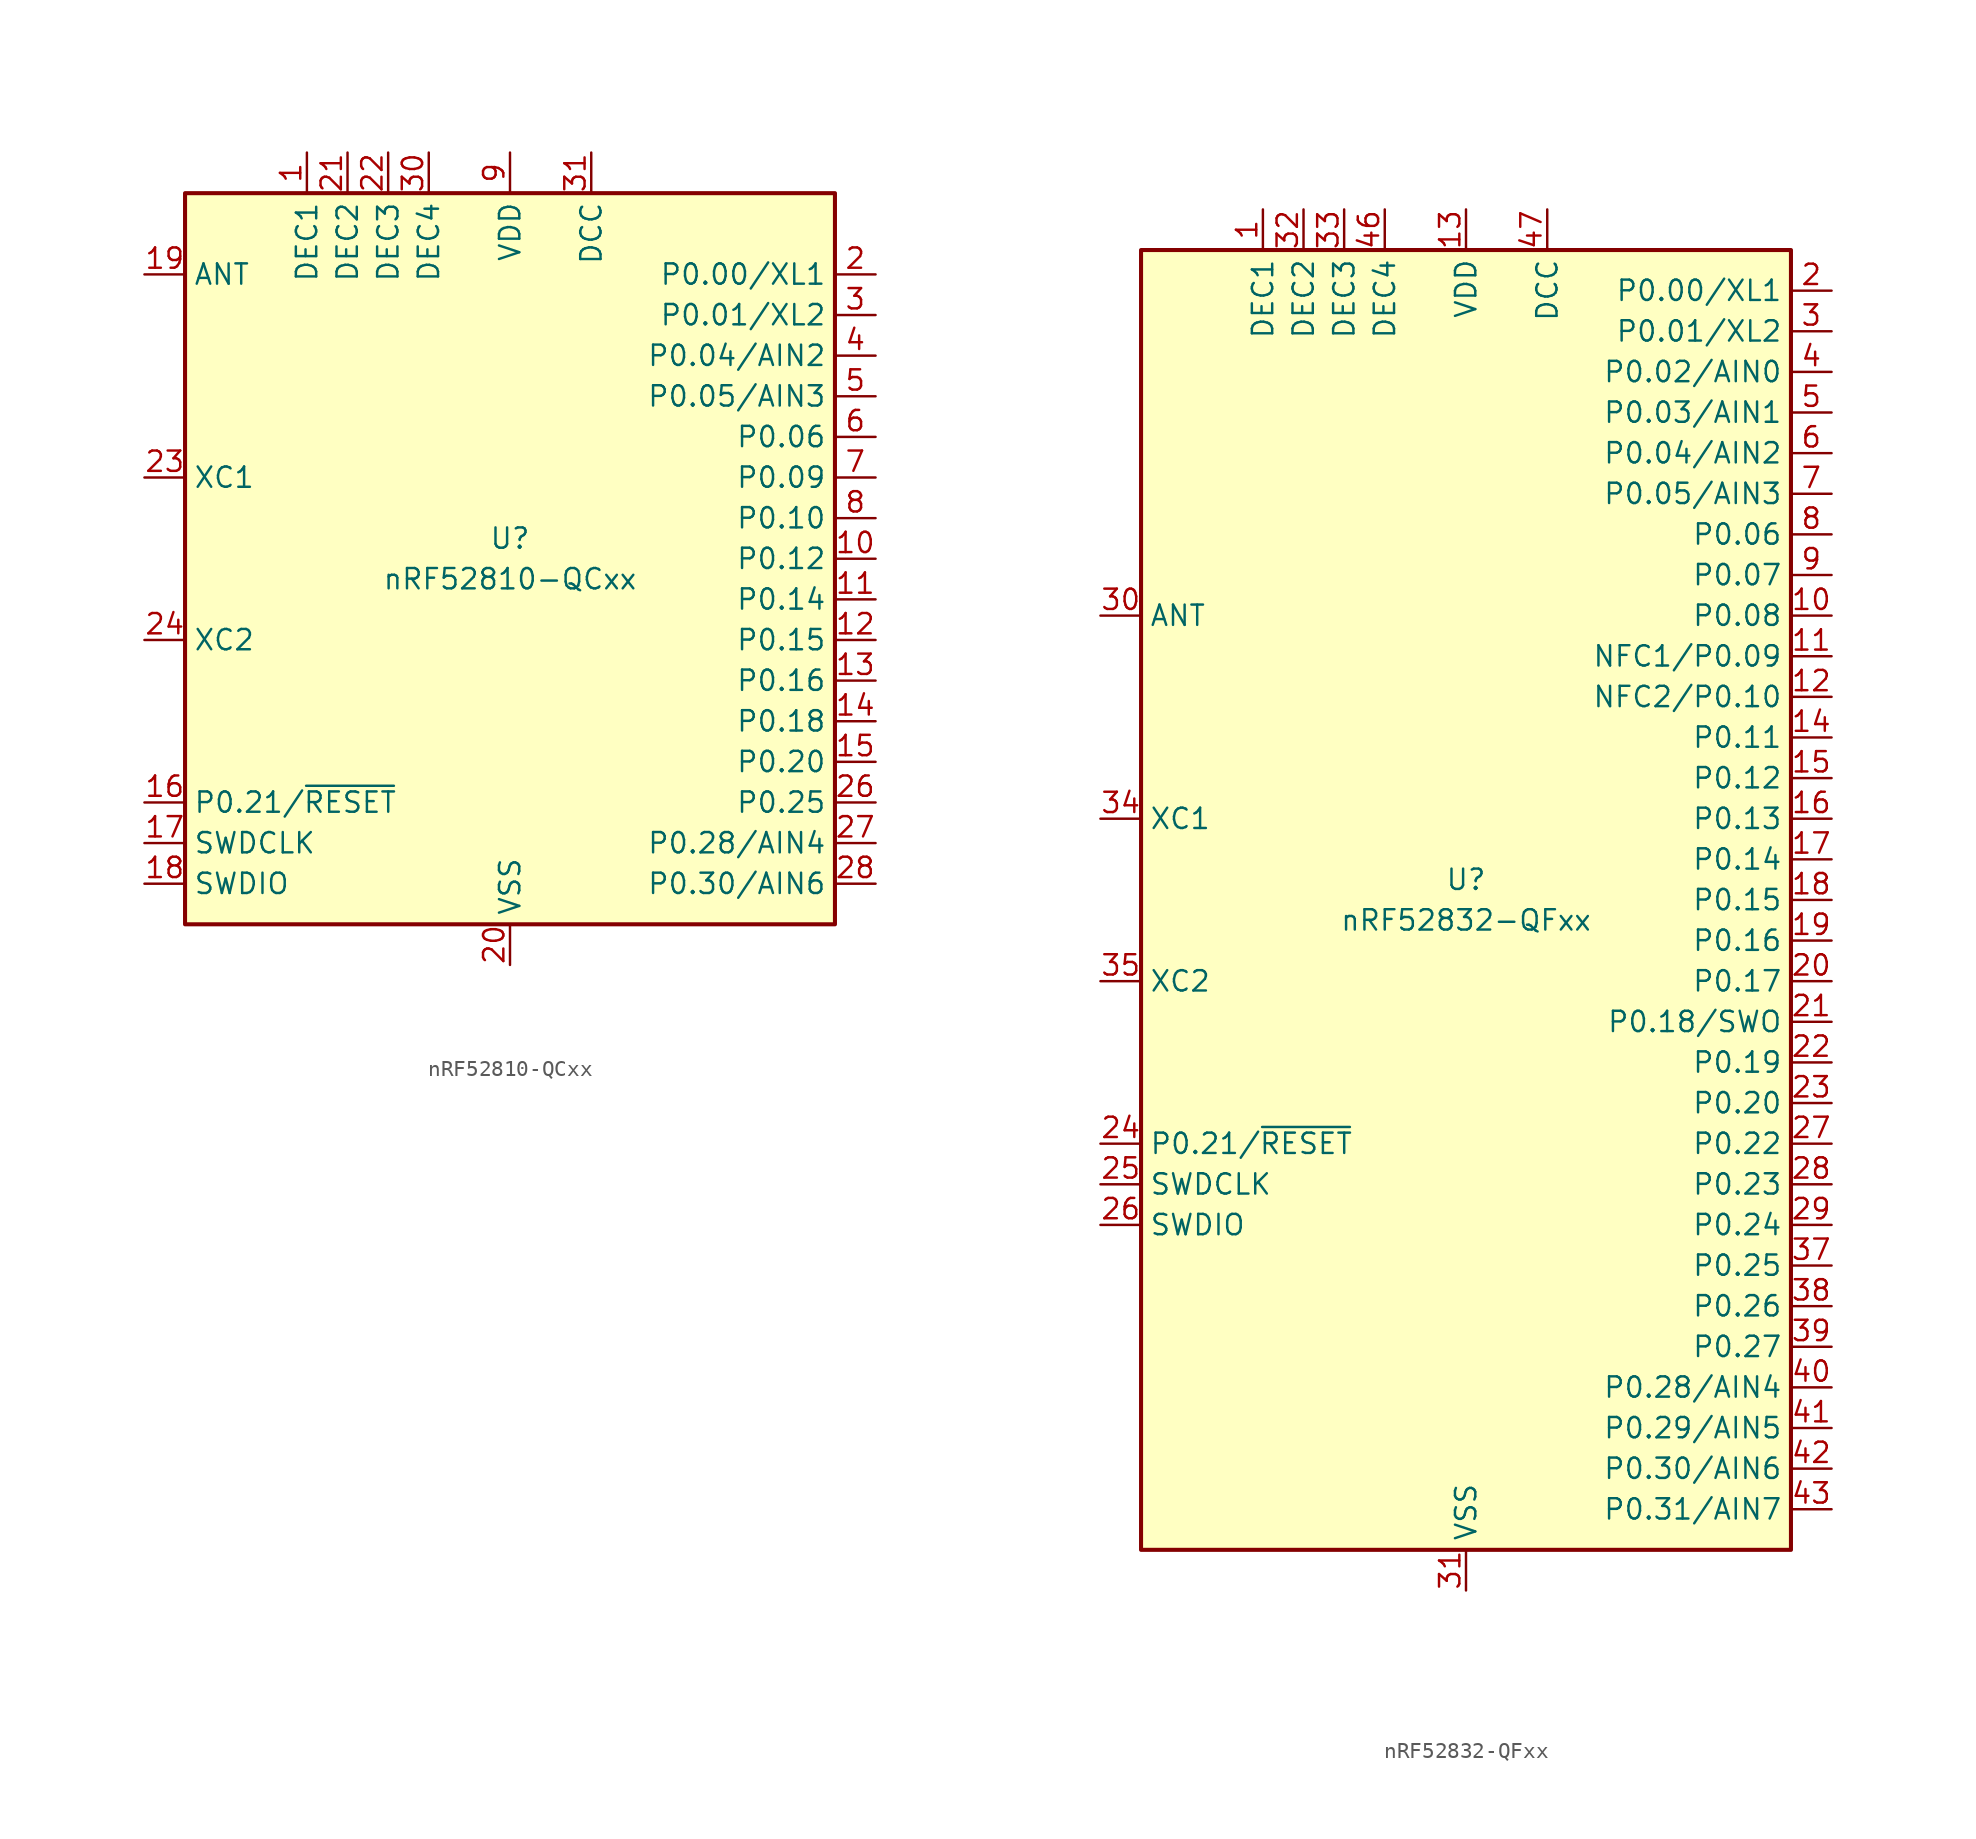
<source format=kicad_sym>
(kicad_symbol_lib
  (version 20201005)
  (generator kicad_symbol_editor)
  (symbol "nRF52810-QCxx"
    (property "Reference" "U"
      (at 0 1.27 0)
      (effects (font (size 1.27 1.27))))
    (property "Value" "nRF52810-QCxx"
      (at 0 -1.27 0)
      (effects (font (size 1.27 1.27))))
    (symbol "nRF52810-QCxx_0_1"
      (rectangle (start -20.32 22.86) (end 20.32 -22.86) (stroke (width 0.254)) (fill (type background))))
    (symbol "nRF52810-QCxx_1_1"
      (pin passive line (at -12.7 25.4 270) (length 2.54) (name "DEC1" (effects (font (size 1.27 1.27)))) (number "1" (effects (font (size 1.27 1.27)))))
      (pin bidirectional line (at 22.86 0 180) (length 2.54) (name "P0.12" (effects (font (size 1.27 1.27)))) (number "10" (effects (font (size 1.27 1.27)))))
      (pin bidirectional line (at 22.86 -2.54 180) (length 2.54) (name "P0.14" (effects (font (size 1.27 1.27)))) (number "11" (effects (font (size 1.27 1.27)))))
      (pin bidirectional line (at 22.86 -5.08 180) (length 2.54) (name "P0.15" (effects (font (size 1.27 1.27)))) (number "12" (effects (font (size 1.27 1.27)))))
      (pin bidirectional line (at 22.86 -7.62 180) (length 2.54) (name "P0.16" (effects (font (size 1.27 1.27)))) (number "13" (effects (font (size 1.27 1.27)))))
      (pin bidirectional line (at 22.86 -10.16 180) (length 2.54) (name "P0.18" (effects (font (size 1.27 1.27)))) (number "14" (effects (font (size 1.27 1.27)))))
      (pin bidirectional line (at 22.86 -12.7 180) (length 2.54) (name "P0.20" (effects (font (size 1.27 1.27)))) (number "15" (effects (font (size 1.27 1.27)))))
      (pin bidirectional line (at -22.86 -15.24 0) (length 2.54) (name "P0.21/~RESET" (effects (font (size 1.27 1.27)))) (number "16" (effects (font (size 1.27 1.27)))))
      (pin input line (at -22.86 -17.78 0) (length 2.54) (name "SWDCLK" (effects (font (size 1.27 1.27)))) (number "17" (effects (font (size 1.27 1.27)))))
      (pin bidirectional line (at -22.86 -20.32 0) (length 2.54) (name "SWDIO" (effects (font (size 1.27 1.27)))) (number "18" (effects (font (size 1.27 1.27)))))
      (pin passive line (at -22.86 17.78 0) (length 2.54) (name "ANT" (effects (font (size 1.27 1.27)))) (number "19" (effects (font (size 1.27 1.27)))))
      (pin bidirectional line (at 22.86 17.78 180) (length 2.54) (name "P0.00/XL1" (effects (font (size 1.27 1.27)))) (number "2" (effects (font (size 1.27 1.27)))))
      (pin power_in line (at 0 -25.4 90) (length 2.54) (name "VSS" (effects (font (size 1.27 1.27)))) (number "20" (effects (font (size 1.27 1.27)))))
      (pin passive line (at -10.16 25.4 270) (length 2.54) (name "DEC2" (effects (font (size 1.27 1.27)))) (number "21" (effects (font (size 1.27 1.27)))))
      (pin passive line (at -7.62 25.4 270) (length 2.54) (name "DEC3" (effects (font (size 1.27 1.27)))) (number "22" (effects (font (size 1.27 1.27)))))
      (pin input line (at -22.86 5.08 0) (length 2.54) (name "XC1" (effects (font (size 1.27 1.27)))) (number "23" (effects (font (size 1.27 1.27)))))
      (pin input line (at -22.86 -5.08 0) (length 2.54) (name "XC2" (effects (font (size 1.27 1.27)))) (number "24" (effects (font (size 1.27 1.27)))))
      (pin passive line (at 0 25.4 270) (length 2.54) hide (name "VDD" (effects (font (size 1.27 1.27)))) (number "25" (effects (font (size 1.27 1.27)))))
      (pin bidirectional line (at 22.86 -15.24 180) (length 2.54) (name "P0.25" (effects (font (size 1.27 1.27)))) (number "26" (effects (font (size 1.27 1.27)))))
      (pin bidirectional line (at 22.86 -17.78 180) (length 2.54) (name "P0.28/AIN4" (effects (font (size 1.27 1.27)))) (number "27" (effects (font (size 1.27 1.27)))))
      (pin bidirectional line (at 22.86 -20.32 180) (length 2.54) (name "P0.30/AIN6" (effects (font (size 1.27 1.27)))) (number "28" (effects (font (size 1.27 1.27)))))
      (pin passive line (at 0 -25.4 90) (length 2.54) hide (name "VSS" (effects (font (size 1.27 1.27)))) (number "29" (effects (font (size 1.27 1.27)))))
      (pin bidirectional line (at 22.86 15.24 180) (length 2.54) (name "P0.01/XL2" (effects (font (size 1.27 1.27)))) (number "3" (effects (font (size 1.27 1.27)))))
      (pin passive line (at -5.08 25.4 270) (length 2.54) (name "DEC4" (effects (font (size 1.27 1.27)))) (number "30" (effects (font (size 1.27 1.27)))))
      (pin power_out line (at 5.08 25.4 270) (length 2.54) (name "DCC" (effects (font (size 1.27 1.27)))) (number "31" (effects (font (size 1.27 1.27)))))
      (pin passive line (at 0 25.4 270) (length 2.54) hide (name "VDD" (effects (font (size 1.27 1.27)))) (number "32" (effects (font (size 1.27 1.27)))))
      (pin passive line (at 0 -25.4 90) (length 2.54) hide (name "VSS" (effects (font (size 1.27 1.27)))) (number "33" (effects (font (size 1.27 1.27)))))
      (pin bidirectional line (at 22.86 12.7 180) (length 2.54) (name "P0.04/AIN2" (effects (font (size 1.27 1.27)))) (number "4" (effects (font (size 1.27 1.27)))))
      (pin bidirectional line (at 22.86 10.16 180) (length 2.54) (name "P0.05/AIN3" (effects (font (size 1.27 1.27)))) (number "5" (effects (font (size 1.27 1.27)))))
      (pin bidirectional line (at 22.86 7.62 180) (length 2.54) (name "P0.06" (effects (font (size 1.27 1.27)))) (number "6" (effects (font (size 1.27 1.27)))))
      (pin bidirectional line (at 22.86 5.08 180) (length 2.54) (name "P0.09" (effects (font (size 1.27 1.27)))) (number "7" (effects (font (size 1.27 1.27)))))
      (pin bidirectional line (at 22.86 2.54 180) (length 2.54) (name "P0.10" (effects (font (size 1.27 1.27)))) (number "8" (effects (font (size 1.27 1.27)))))
      (pin power_in line (at 0 25.4 270) (length 2.54) (name "VDD" (effects (font (size 1.27 1.27)))) (number "9" (effects (font (size 1.27 1.27)))))))
  (symbol "nRF52832-QFxx"
    (property "Reference" "U"
      (at 0 1.27 0)
      (effects (font (size 1.27 1.27))))
    (property "Value" "nRF52832-QFxx"
      (at 0 -1.27 0)
      (effects (font (size 1.27 1.27))))
    (symbol "nRF52832-QFxx_0_1"
      (rectangle (start -20.32 40.64) (end 20.32 -40.64) (stroke (width 0.254)) (fill (type background))))
    (symbol "nRF52832-QFxx_1_1"
      (pin passive line (at -12.7 43.18 270) (length 2.54) (name "DEC1" (effects (font (size 1.27 1.27)))) (number "1" (effects (font (size 1.27 1.27)))))
      (pin bidirectional line (at 22.86 17.78 180) (length 2.54) (name "P0.08" (effects (font (size 1.27 1.27)))) (number "10" (effects (font (size 1.27 1.27)))))
      (pin bidirectional line (at 22.86 15.24 180) (length 2.54) (name "NFC1/P0.09" (effects (font (size 1.27 1.27)))) (number "11" (effects (font (size 1.27 1.27)))))
      (pin bidirectional line (at 22.86 12.7 180) (length 2.54) (name "NFC2/P0.10" (effects (font (size 1.27 1.27)))) (number "12" (effects (font (size 1.27 1.27)))))
      (pin power_in line (at 0 43.18 270) (length 2.54) (name "VDD" (effects (font (size 1.27 1.27)))) (number "13" (effects (font (size 1.27 1.27)))))
      (pin bidirectional line (at 22.86 10.16 180) (length 2.54) (name "P0.11" (effects (font (size 1.27 1.27)))) (number "14" (effects (font (size 1.27 1.27)))))
      (pin bidirectional line (at 22.86 7.62 180) (length 2.54) (name "P0.12" (effects (font (size 1.27 1.27)))) (number "15" (effects (font (size 1.27 1.27)))))
      (pin bidirectional line (at 22.86 5.08 180) (length 2.54) (name "P0.13" (effects (font (size 1.27 1.27)))) (number "16" (effects (font (size 1.27 1.27)))))
      (pin bidirectional line (at 22.86 2.54 180) (length 2.54) (name "P0.14" (effects (font (size 1.27 1.27)))) (number "17" (effects (font (size 1.27 1.27)))))
      (pin bidirectional line (at 22.86 0 180) (length 2.54) (name "P0.15" (effects (font (size 1.27 1.27)))) (number "18" (effects (font (size 1.27 1.27)))))
      (pin bidirectional line (at 22.86 -2.54 180) (length 2.54) (name "P0.16" (effects (font (size 1.27 1.27)))) (number "19" (effects (font (size 1.27 1.27)))))
      (pin bidirectional line (at 22.86 38.1 180) (length 2.54) (name "P0.00/XL1" (effects (font (size 1.27 1.27)))) (number "2" (effects (font (size 1.27 1.27)))))
      (pin bidirectional line (at 22.86 -5.08 180) (length 2.54) (name "P0.17" (effects (font (size 1.27 1.27)))) (number "20" (effects (font (size 1.27 1.27)))))
      (pin bidirectional line (at 22.86 -7.62 180) (length 2.54) (name "P0.18/SWO" (effects (font (size 1.27 1.27)))) (number "21" (effects (font (size 1.27 1.27)))))
      (pin bidirectional line (at 22.86 -10.16 180) (length 2.54) (name "P0.19" (effects (font (size 1.27 1.27)))) (number "22" (effects (font (size 1.27 1.27)))))
      (pin bidirectional line (at 22.86 -12.7 180) (length 2.54) (name "P0.20" (effects (font (size 1.27 1.27)))) (number "23" (effects (font (size 1.27 1.27)))))
      (pin bidirectional line (at -22.86 -15.24 0) (length 2.54) (name "P0.21/~RESET" (effects (font (size 1.27 1.27)))) (number "24" (effects (font (size 1.27 1.27)))))
      (pin input line (at -22.86 -17.78 0) (length 2.54) (name "SWDCLK" (effects (font (size 1.27 1.27)))) (number "25" (effects (font (size 1.27 1.27)))))
      (pin bidirectional line (at -22.86 -20.32 0) (length 2.54) (name "SWDIO" (effects (font (size 1.27 1.27)))) (number "26" (effects (font (size 1.27 1.27)))))
      (pin bidirectional line (at 22.86 -15.24 180) (length 2.54) (name "P0.22" (effects (font (size 1.27 1.27)))) (number "27" (effects (font (size 1.27 1.27)))))
      (pin bidirectional line (at 22.86 -17.78 180) (length 2.54) (name "P0.23" (effects (font (size 1.27 1.27)))) (number "28" (effects (font (size 1.27 1.27)))))
      (pin bidirectional line (at 22.86 -20.32 180) (length 2.54) (name "P0.24" (effects (font (size 1.27 1.27)))) (number "29" (effects (font (size 1.27 1.27)))))
      (pin bidirectional line (at 22.86 35.56 180) (length 2.54) (name "P0.01/XL2" (effects (font (size 1.27 1.27)))) (number "3" (effects (font (size 1.27 1.27)))))
      (pin passive line (at -22.86 17.78 0) (length 2.54) (name "ANT" (effects (font (size 1.27 1.27)))) (number "30" (effects (font (size 1.27 1.27)))))
      (pin power_in line (at 0 -43.18 90) (length 2.54) (name "VSS" (effects (font (size 1.27 1.27)))) (number "31" (effects (font (size 1.27 1.27)))))
      (pin passive line (at -10.16 43.18 270) (length 2.54) (name "DEC2" (effects (font (size 1.27 1.27)))) (number "32" (effects (font (size 1.27 1.27)))))
      (pin passive line (at -7.62 43.18 270) (length 2.54) (name "DEC3" (effects (font (size 1.27 1.27)))) (number "33" (effects (font (size 1.27 1.27)))))
      (pin input line (at -22.86 5.08 0) (length 2.54) (name "XC1" (effects (font (size 1.27 1.27)))) (number "34" (effects (font (size 1.27 1.27)))))
      (pin input line (at -22.86 -5.08 0) (length 2.54) (name "XC2" (effects (font (size 1.27 1.27)))) (number "35" (effects (font (size 1.27 1.27)))))
      (pin passive line (at 0 43.18 270) (length 2.54) hide (name "VDD" (effects (font (size 1.27 1.27)))) (number "36" (effects (font (size 1.27 1.27)))))
      (pin bidirectional line (at 22.86 -22.86 180) (length 2.54) (name "P0.25" (effects (font (size 1.27 1.27)))) (number "37" (effects (font (size 1.27 1.27)))))
      (pin bidirectional line (at 22.86 -25.4 180) (length 2.54) (name "P0.26" (effects (font (size 1.27 1.27)))) (number "38" (effects (font (size 1.27 1.27)))))
      (pin bidirectional line (at 22.86 -27.94 180) (length 2.54) (name "P0.27" (effects (font (size 1.27 1.27)))) (number "39" (effects (font (size 1.27 1.27)))))
      (pin bidirectional line (at 22.86 33.02 180) (length 2.54) (name "P0.02/AIN0" (effects (font (size 1.27 1.27)))) (number "4" (effects (font (size 1.27 1.27)))))
      (pin bidirectional line (at 22.86 -30.48 180) (length 2.54) (name "P0.28/AIN4" (effects (font (size 1.27 1.27)))) (number "40" (effects (font (size 1.27 1.27)))))
      (pin bidirectional line (at 22.86 -33.02 180) (length 2.54) (name "P0.29/AIN5" (effects (font (size 1.27 1.27)))) (number "41" (effects (font (size 1.27 1.27)))))
      (pin bidirectional line (at 22.86 -35.56 180) (length 2.54) (name "P0.30/AIN6" (effects (font (size 1.27 1.27)))) (number "42" (effects (font (size 1.27 1.27)))))
      (pin bidirectional line (at 22.86 -38.1 180) (length 2.54) (name "P0.31/AIN7" (effects (font (size 1.27 1.27)))) (number "43" (effects (font (size 1.27 1.27)))))
      (pin no_connect line (at -20.32 -30.48 0) (length 2.54) hide (name "NC" (effects (font (size 1.27 1.27)))) (number "44" (effects (font (size 1.27 1.27)))))
      (pin passive line (at 0 -43.18 90) (length 2.54) hide (name "VSS" (effects (font (size 1.27 1.27)))) (number "45" (effects (font (size 1.27 1.27)))))
      (pin passive line (at -5.08 43.18 270) (length 2.54) (name "DEC4" (effects (font (size 1.27 1.27)))) (number "46" (effects (font (size 1.27 1.27)))))
      (pin power_out line (at 5.08 43.18 270) (length 2.54) (name "DCC" (effects (font (size 1.27 1.27)))) (number "47" (effects (font (size 1.27 1.27)))))
      (pin passive line (at 0 43.18 270) (length 2.54) hide (name "VDD" (effects (font (size 1.27 1.27)))) (number "48" (effects (font (size 1.27 1.27)))))
      (pin passive line (at 0 -43.18 90) (length 2.54) hide (name "VSS" (effects (font (size 1.27 1.27)))) (number "49" (effects (font (size 1.27 1.27)))))
      (pin bidirectional line (at 22.86 30.48 180) (length 2.54) (name "P0.03/AIN1" (effects (font (size 1.27 1.27)))) (number "5" (effects (font (size 1.27 1.27)))))
      (pin bidirectional line (at 22.86 27.94 180) (length 2.54) (name "P0.04/AIN2" (effects (font (size 1.27 1.27)))) (number "6" (effects (font (size 1.27 1.27)))))
      (pin bidirectional line (at 22.86 25.4 180) (length 2.54) (name "P0.05/AIN3" (effects (font (size 1.27 1.27)))) (number "7" (effects (font (size 1.27 1.27)))))
      (pin bidirectional line (at 22.86 22.86 180) (length 2.54) (name "P0.06" (effects (font (size 1.27 1.27)))) (number "8" (effects (font (size 1.27 1.27)))))
      (pin bidirectional line (at 22.86 20.32 180) (length 2.54) (name "P0.07" (effects (font (size 1.27 1.27)))) (number "9" (effects (font (size 1.27 1.27))))))))
</source>
